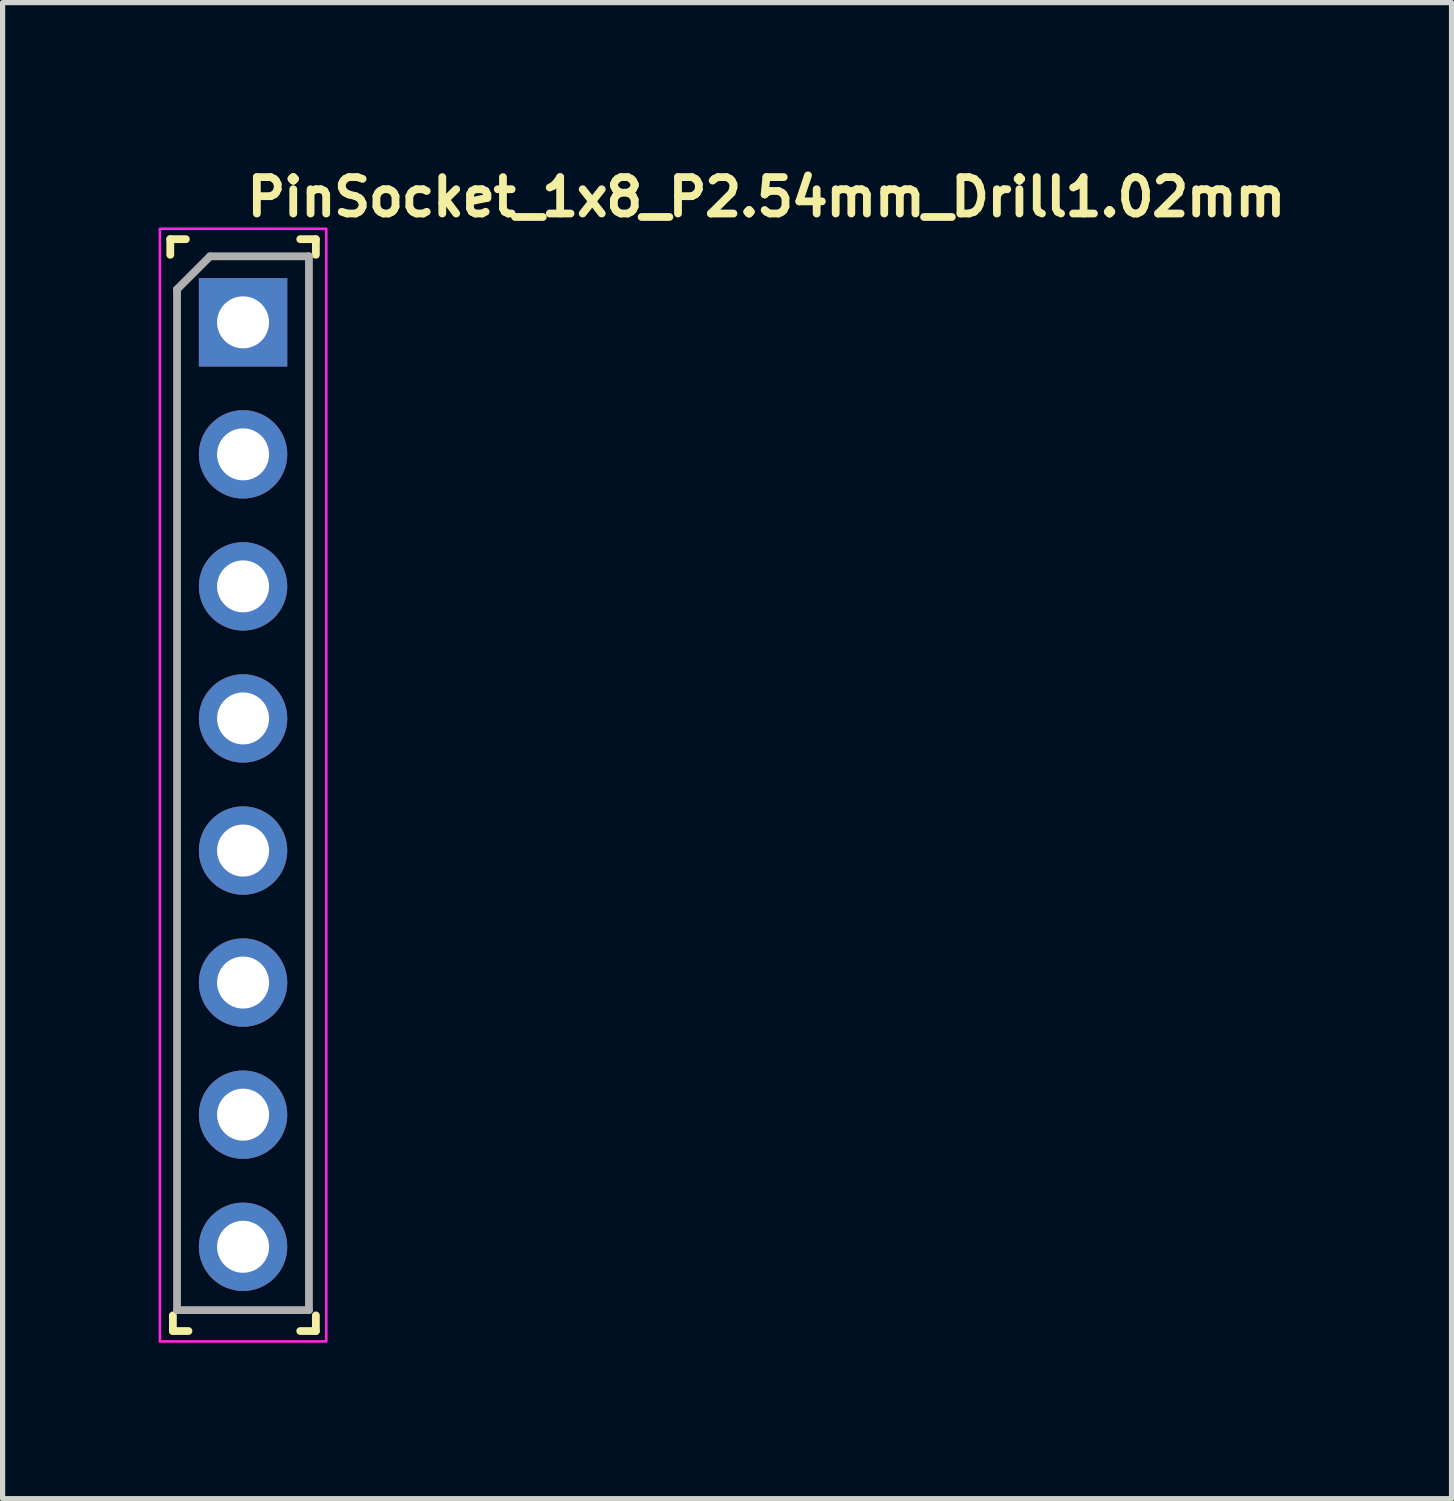
<source format=kicad_pcb>
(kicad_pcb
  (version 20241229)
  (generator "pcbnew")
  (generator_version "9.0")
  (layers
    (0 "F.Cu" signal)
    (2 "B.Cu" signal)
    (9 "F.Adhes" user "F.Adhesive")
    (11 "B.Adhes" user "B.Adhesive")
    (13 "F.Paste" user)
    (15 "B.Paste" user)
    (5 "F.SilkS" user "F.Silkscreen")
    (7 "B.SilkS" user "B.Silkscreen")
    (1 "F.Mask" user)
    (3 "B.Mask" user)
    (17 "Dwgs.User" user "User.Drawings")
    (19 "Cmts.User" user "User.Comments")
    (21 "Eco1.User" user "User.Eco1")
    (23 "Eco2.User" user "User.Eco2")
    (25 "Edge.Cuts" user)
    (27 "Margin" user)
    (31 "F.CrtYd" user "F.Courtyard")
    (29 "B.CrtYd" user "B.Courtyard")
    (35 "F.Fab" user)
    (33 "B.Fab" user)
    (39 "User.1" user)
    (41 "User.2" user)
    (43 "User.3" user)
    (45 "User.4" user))
  (footprint "PinSocket_1x8_P2.54mm_Drill1.02mm"
    (layer "F.Cu")
    (at 1.625 3.15)
    (property "Reference" "PinSocket_1x8_P2.54mm_Drill1.02mm" (at 0 -2 0) (layer "F.SilkS") (effects (font (size 0.7 0.7) (thickness 0.15)) (justify left bottom)))
    (attr through_hole)
    (fp_line (start -1.4 -1.6) (end -1.4 -1.3) (stroke (width 0.15) (type solid)) (layer "F.SilkS"))
    (fp_line (start -1.4 -1.6) (end -1.1 -1.6) (stroke (width 0.15) (type solid)) (layer "F.SilkS"))
    (fp_line (start -1.35 19.4) (end -1.35 19.1) (stroke (width 0.15) (type solid)) (layer "F.SilkS"))
    (fp_line (start -1.35 19.4) (end -1.05 19.4) (stroke (width 0.15) (type solid)) (layer "F.SilkS"))
    (fp_line (start 1.4 -1.6) (end 1.1 -1.6) (stroke (width 0.15) (type solid)) (layer "F.SilkS"))
    (fp_line (start 1.4 -1.6) (end 1.4 -1.3) (stroke (width 0.15) (type solid)) (layer "F.SilkS"))
    (fp_line (start 1.4 19.4) (end 1.1 19.4) (stroke (width 0.15) (type solid)) (layer "F.SilkS"))
    (fp_line (start 1.4 19.4) (end 1.4 19.1) (stroke (width 0.15) (type solid)) (layer "F.SilkS"))
    (fp_rect (start -1.6 -1.8) (end 1.6 19.6) (stroke (width 0.05) (type solid)) (fill no) (layer "F.CrtYd"))
    (fp_line (start -1.27 -0.635) (end -0.635 -1.27) (stroke (width 0.15) (type solid)) (layer "F.Fab"))
    (fp_line (start -1.27 18.998) (end -1.27 -0.635) (stroke (width 0.15) (type solid)) (layer "F.Fab"))
    (fp_line (start -0.635 -1.27) (end 1.267 -1.27) (stroke (width 0.15) (type solid)) (layer "F.Fab"))
    (fp_line (start 1.267 -1.27) (end 1.267 18.998) (stroke (width 0.15) (type solid)) (layer "F.Fab"))
    (fp_line (start 1.267 18.998) (end -1.27 18.998) (stroke (width 0.15) (type solid)) (layer "F.Fab"))
    (fp_rect (start -1.27 -1.524) (end 1.269 19.304) (stroke (width 0.1) (type solid)) (fill no) (layer "User.5"))
    (fp_line (start -1.27 -1.524) (end -1.27 19.304) (stroke (width 0.02) (type solid)) (layer "User.9"))
    (fp_line (start -1.27 19.304) (end 1.269 19.304) (stroke (width 0.02) (type solid)) (layer "User.9"))
    (fp_line (start -0.762 -0.762) (end 0.76 -0.762) (stroke (width 0.02) (type solid)) (layer "User.9"))
    (fp_line (start -0.762 0.76) (end -0.762 -0.762) (stroke (width 0.02) (type solid)) (layer "User.9"))
    (fp_line (start -0.762 0.76) (end -0.381 0.379) (stroke (width 0.02) (type solid)) (layer "User.9"))
    (fp_line (start -0.762 1.777) (end 0.76 1.777) (stroke (width 0.02) (type solid)) (layer "User.9"))
    (fp_line (start -0.762 3.301) (end -0.762 1.777) (stroke (width 0.02) (type solid)) (layer "User.9"))
    (fp_line (start -0.762 3.301) (end -0.381 2.919) (stroke (width 0.02) (type solid)) (layer "User.9"))
    (fp_line (start -0.762 4.317) (end 0.76 4.317) (stroke (width 0.02) (type solid)) (layer "User.9"))
    (fp_line (start -0.762 5.841) (end -0.762 4.317) (stroke (width 0.02) (type solid)) (layer "User.9"))
    (fp_line (start -0.762 5.841) (end -0.381 5.461) (stroke (width 0.02) (type solid)) (layer "User.9"))
    (fp_line (start -0.762 6.857) (end 0.76 6.857) (stroke (width 0.02) (type solid)) (layer "User.9"))
    (fp_line (start -0.762 8.381) (end -0.762 6.857) (stroke (width 0.02) (type solid)) (layer "User.9"))
    (fp_line (start -0.762 8.381) (end -0.381 7.999) (stroke (width 0.02) (type solid)) (layer "User.9"))
    (fp_line (start -0.762 9.397) (end 0.76 9.397) (stroke (width 0.02) (type solid)) (layer "User.9"))
    (fp_line (start -0.762 10.922) (end -0.762 9.397) (stroke (width 0.02) (type solid)) (layer "User.9"))
    (fp_line (start -0.762 10.922) (end -0.381 10.541) (stroke (width 0.02) (type solid)) (layer "User.9"))
    (fp_line (start -0.762 11.938) (end 0.76 11.938) (stroke (width 0.02) (type solid)) (layer "User.9"))
    (fp_line (start -0.762 13.461) (end -0.762 11.938) (stroke (width 0.02) (type solid)) (layer "User.9"))
    (fp_line (start -0.762 13.461) (end -0.381 13.079) (stroke (width 0.02) (type solid)) (layer "User.9"))
    (fp_line (start -0.762 14.477) (end 0.76 14.477) (stroke (width 0.02) (type solid)) (layer "User.9"))
    (fp_line (start -0.762 16.001) (end -0.762 14.477) (stroke (width 0.02) (type solid)) (layer "User.9"))
    (fp_line (start -0.762 16.001) (end -0.381 15.621) (stroke (width 0.02) (type solid)) (layer "User.9"))
    (fp_line (start -0.762 17.018) (end -0.381 17.399) (stroke (width 0.02) (type solid)) (layer "User.9"))
    (fp_line (start -0.762 17.018) (end 0.76 17.018) (stroke (width 0.02) (type solid)) (layer "User.9"))
    (fp_line (start -0.762 18.542) (end -0.762 17.018) (stroke (width 0.02) (type solid)) (layer "User.9"))
    (fp_line (start -0.762 18.542) (end -0.381 18.159) (stroke (width 0.02) (type solid)) (layer "User.9"))
    (fp_line (start -0.381 -0.381) (end -0.762 -0.762) (stroke (width 0.02) (type solid)) (layer "User.9"))
    (fp_line (start -0.381 -0.381) (end -0.381 0.379) (stroke (width 0.02) (type solid)) (layer "User.9"))
    (fp_line (start -0.381 0.379) (end 0.379 0.379) (stroke (width 0.02) (type solid)) (layer "User.9"))
    (fp_line (start -0.381 2.157) (end -0.762 1.777) (stroke (width 0.02) (type solid)) (layer "User.9"))
    (fp_line (start -0.381 2.157) (end -0.381 2.919) (stroke (width 0.02) (type solid)) (layer "User.9"))
    (fp_line (start -0.381 2.919) (end 0.379 2.919) (stroke (width 0.02) (type solid)) (layer "User.9"))
    (fp_line (start -0.381 4.698) (end -0.762 4.317) (stroke (width 0.02) (type solid)) (layer "User.9"))
    (fp_line (start -0.381 4.698) (end -0.381 5.461) (stroke (width 0.02) (type solid)) (layer "User.9"))
    (fp_line (start -0.381 5.461) (end 0.379 5.461) (stroke (width 0.02) (type solid)) (layer "User.9"))
    (fp_line (start -0.381 7.238) (end -0.762 6.857) (stroke (width 0.02) (type solid)) (layer "User.9"))
    (fp_line (start -0.381 7.238) (end -0.381 7.999) (stroke (width 0.02) (type solid)) (layer "User.9"))
    (fp_line (start -0.381 7.999) (end 0.379 7.999) (stroke (width 0.02) (type solid)) (layer "User.9"))
    (fp_line (start -0.381 9.778) (end -0.762 9.397) (stroke (width 0.02) (type solid)) (layer "User.9"))
    (fp_line (start -0.381 9.778) (end -0.381 10.541) (stroke (width 0.02) (type solid)) (layer "User.9"))
    (fp_line (start -0.381 10.541) (end 0.379 10.541) (stroke (width 0.02) (type solid)) (layer "User.9"))
    (fp_line (start -0.381 12.319) (end -0.762 11.938) (stroke (width 0.02) (type solid)) (layer "User.9"))
    (fp_line (start -0.381 12.319) (end -0.381 13.079) (stroke (width 0.02) (type solid)) (layer "User.9"))
    (fp_line (start -0.381 13.079) (end 0.379 13.079) (stroke (width 0.02) (type solid)) (layer "User.9"))
    (fp_line (start -0.381 14.858) (end -0.762 14.477) (stroke (width 0.02) (type solid)) (layer "User.9"))
    (fp_line (start -0.381 14.858) (end -0.381 15.621) (stroke (width 0.02) (type solid)) (layer "User.9"))
    (fp_line (start -0.381 15.621) (end 0.379 15.621) (stroke (width 0.02) (type solid)) (layer "User.9"))
    (fp_line (start -0.381 17.399) (end -0.381 18.159) (stroke (width 0.02) (type solid)) (layer "User.9"))
    (fp_line (start -0.381 18.159) (end 0.379 18.159) (stroke (width 0.02) (type solid)) (layer "User.9"))
    (fp_line (start -0.205 -0.381) (end -0.205 -0.103) (stroke (width 0.02) (type solid)) (layer "User.9"))
    (fp_line (start -0.205 -0.103) (end -0.205 0.101) (stroke (width 0.02) (type solid)) (layer "User.9"))
    (fp_line (start -0.205 0.101) (end -0.205 0.379) (stroke (width 0.02) (type solid)) (layer "User.9"))
    (fp_line (start -0.205 2.157) (end -0.205 2.438) (stroke (width 0.02) (type solid)) (layer "User.9"))
    (fp_line (start -0.205 2.438) (end -0.205 2.64) (stroke (width 0.02) (type solid)) (layer "User.9"))
    (fp_line (start -0.205 2.64) (end -0.205 2.919) (stroke (width 0.02) (type solid)) (layer "User.9"))
    (fp_line (start -0.205 4.698) (end -0.205 4.977) (stroke (width 0.02) (type solid)) (layer "User.9"))
    (fp_line (start -0.205 4.977) (end -0.205 5.18) (stroke (width 0.02) (type solid)) (layer "User.9"))
    (fp_line (start -0.205 5.18) (end -0.205 5.461) (stroke (width 0.02) (type solid)) (layer "User.9"))
    (fp_line (start -0.205 7.238) (end -0.205 7.517) (stroke (width 0.02) (type solid)) (layer "User.9"))
    (fp_line (start -0.205 7.517) (end -0.205 7.72) (stroke (width 0.02) (type solid)) (layer "User.9"))
    (fp_line (start -0.205 7.72) (end -0.205 7.999) (stroke (width 0.02) (type solid)) (layer "User.9"))
    (fp_line (start -0.205 9.778) (end -0.205 10.057) (stroke (width 0.02) (type solid)) (layer "User.9"))
    (fp_line (start -0.205 10.057) (end -0.205 10.261) (stroke (width 0.02) (type solid)) (layer "User.9"))
    (fp_line (start -0.205 10.261) (end -0.205 10.541) (stroke (width 0.02) (type solid)) (layer "User.9"))
    (fp_line (start -0.205 12.319) (end -0.205 12.598) (stroke (width 0.02) (type solid)) (layer "User.9"))
    (fp_line (start -0.205 12.598) (end -0.205 12.8) (stroke (width 0.02) (type solid)) (layer "User.9"))
    (fp_line (start -0.205 12.8) (end -0.205 13.079) (stroke (width 0.02) (type solid)) (layer "User.9"))
    (fp_line (start -0.205 14.858) (end -0.205 15.137) (stroke (width 0.02) (type solid)) (layer "User.9"))
    (fp_line (start -0.205 15.137) (end -0.205 15.341) (stroke (width 0.02) (type solid)) (layer "User.9"))
    (fp_line (start -0.205 15.341) (end -0.205 15.621) (stroke (width 0.02) (type solid)) (layer "User.9"))
    (fp_line (start -0.205 17.399) (end -0.205 17.678) (stroke (width 0.02) (type solid)) (layer "User.9"))
    (fp_line (start -0.205 17.678) (end -0.205 17.88) (stroke (width 0.02) (type solid)) (layer "User.9"))
    (fp_line (start -0.205 17.88) (end -0.205 18.159) (stroke (width 0.02) (type solid)) (layer "User.9"))
    (fp_line (start 0.203 -0.381) (end 0.203 -0.103) (stroke (width 0.02) (type solid)) (layer "User.9"))
    (fp_line (start 0.203 -0.103) (end -0.205 -0.103) (stroke (width 0.02) (type solid)) (layer "User.9"))
    (fp_line (start 0.203 -0.103) (end 0.203 0.101) (stroke (width 0.02) (type solid)) (layer "User.9"))
    (fp_line (start 0.203 0.101) (end -0.205 0.101) (stroke (width 0.02) (type solid)) (layer "User.9"))
    (fp_line (start 0.203 0.101) (end 0.203 0.379) (stroke (width 0.02) (type solid)) (layer "User.9"))
    (fp_line (start 0.203 2.157) (end 0.203 2.438) (stroke (width 0.02) (type solid)) (layer "User.9"))
    (fp_line (start 0.203 2.438) (end -0.205 2.438) (stroke (width 0.02) (type solid)) (layer "User.9"))
    (fp_line (start 0.203 2.438) (end 0.203 2.64) (stroke (width 0.02) (type solid)) (layer "User.9"))
    (fp_line (start 0.203 2.64) (end -0.205 2.64) (stroke (width 0.02) (type solid)) (layer "User.9"))
    (fp_line (start 0.203 2.64) (end 0.203 2.919) (stroke (width 0.02) (type solid)) (layer "User.9"))
    (fp_line (start 0.203 4.698) (end 0.203 4.977) (stroke (width 0.02) (type solid)) (layer "User.9"))
    (fp_line (start 0.203 4.977) (end -0.205 4.977) (stroke (width 0.02) (type solid)) (layer "User.9"))
    (fp_line (start 0.203 4.977) (end 0.203 5.18) (stroke (width 0.02) (type solid)) (layer "User.9"))
    (fp_line (start 0.203 5.18) (end -0.205 5.18) (stroke (width 0.02) (type solid)) (layer "User.9"))
    (fp_line (start 0.203 5.18) (end 0.203 5.461) (stroke (width 0.02) (type solid)) (layer "User.9"))
    (fp_line (start 0.203 7.238) (end 0.203 7.517) (stroke (width 0.02) (type solid)) (layer "User.9"))
    (fp_line (start 0.203 7.517) (end -0.205 7.517) (stroke (width 0.02) (type solid)) (layer "User.9"))
    (fp_line (start 0.203 7.517) (end 0.203 7.72) (stroke (width 0.02) (type solid)) (layer "User.9"))
    (fp_line (start 0.203 7.72) (end -0.205 7.72) (stroke (width 0.02) (type solid)) (layer "User.9"))
    (fp_line (start 0.203 7.72) (end 0.203 7.999) (stroke (width 0.02) (type solid)) (layer "User.9"))
    (fp_line (start 0.203 9.778) (end 0.203 10.057) (stroke (width 0.02) (type solid)) (layer "User.9"))
    (fp_line (start 0.203 10.057) (end -0.205 10.057) (stroke (width 0.02) (type solid)) (layer "User.9"))
    (fp_line (start 0.203 10.057) (end 0.203 10.261) (stroke (width 0.02) (type solid)) (layer "User.9"))
    (fp_line (start 0.203 10.261) (end -0.205 10.261) (stroke (width 0.02) (type solid)) (layer "User.9"))
    (fp_line (start 0.203 10.261) (end 0.203 10.541) (stroke (width 0.02) (type solid)) (layer "User.9"))
    (fp_line (start 0.203 12.319) (end 0.203 12.598) (stroke (width 0.02) (type solid)) (layer "User.9"))
    (fp_line (start 0.203 12.598) (end -0.205 12.598) (stroke (width 0.02) (type solid)) (layer "User.9"))
    (fp_line (start 0.203 12.598) (end 0.203 12.8) (stroke (width 0.02) (type solid)) (layer "User.9"))
    (fp_line (start 0.203 12.8) (end -0.205 12.8) (stroke (width 0.02) (type solid)) (layer "User.9"))
    (fp_line (start 0.203 12.8) (end 0.203 13.079) (stroke (width 0.02) (type solid)) (layer "User.9"))
    (fp_line (start 0.203 14.858) (end 0.203 15.137) (stroke (width 0.02) (type solid)) (layer "User.9"))
    (fp_line (start 0.203 15.137) (end -0.205 15.137) (stroke (width 0.02) (type solid)) (layer "User.9"))
    (fp_line (start 0.203 15.137) (end 0.203 15.341) (stroke (width 0.02) (type solid)) (layer "User.9"))
    (fp_line (start 0.203 15.341) (end -0.205 15.341) (stroke (width 0.02) (type solid)) (layer "User.9"))
    (fp_line (start 0.203 15.341) (end 0.203 15.621) (stroke (width 0.02) (type solid)) (layer "User.9"))
    (fp_line (start 0.203 17.399) (end 0.203 17.678) (stroke (width 0.02) (type solid)) (layer "User.9"))
    (fp_line (start 0.203 17.678) (end -0.205 17.678) (stroke (width 0.02) (type solid)) (layer "User.9"))
    (fp_line (start 0.203 17.678) (end 0.203 17.88) (stroke (width 0.02) (type solid)) (layer "User.9"))
    (fp_line (start 0.203 17.88) (end -0.205 17.88) (stroke (width 0.02) (type solid)) (layer "User.9"))
    (fp_line (start 0.203 17.88) (end 0.203 18.159) (stroke (width 0.02) (type solid)) (layer "User.9"))
    (fp_line (start 0.379 -0.381) (end -0.381 -0.381) (stroke (width 0.02) (type solid)) (layer "User.9"))
    (fp_line (start 0.379 -0.381) (end 0.76 -0.762) (stroke (width 0.02) (type solid)) (layer "User.9"))
    (fp_line (start 0.379 0.379) (end 0.379 -0.381) (stroke (width 0.02) (type solid)) (layer "User.9"))
    (fp_line (start 0.379 2.157) (end -0.381 2.157) (stroke (width 0.02) (type solid)) (layer "User.9"))
    (fp_line (start 0.379 2.157) (end 0.76 1.777) (stroke (width 0.02) (type solid)) (layer "User.9"))
    (fp_line (start 0.379 2.919) (end 0.379 2.157) (stroke (width 0.02) (type solid)) (layer "User.9"))
    (fp_line (start 0.379 4.698) (end -0.381 4.698) (stroke (width 0.02) (type solid)) (layer "User.9"))
    (fp_line (start 0.379 4.698) (end 0.76 4.317) (stroke (width 0.02) (type solid)) (layer "User.9"))
    (fp_line (start 0.379 5.461) (end 0.379 4.698) (stroke (width 0.02) (type solid)) (layer "User.9"))
    (fp_line (start 0.379 7.238) (end -0.381 7.238) (stroke (width 0.02) (type solid)) (layer "User.9"))
    (fp_line (start 0.379 7.238) (end 0.76 6.857) (stroke (width 0.02) (type solid)) (layer "User.9"))
    (fp_line (start 0.379 7.999) (end 0.379 7.238) (stroke (width 0.02) (type solid)) (layer "User.9"))
    (fp_line (start 0.379 9.778) (end -0.381 9.778) (stroke (width 0.02) (type solid)) (layer "User.9"))
    (fp_line (start 0.379 9.778) (end 0.76 9.397) (stroke (width 0.02) (type solid)) (layer "User.9"))
    (fp_line (start 0.379 10.541) (end 0.379 9.778) (stroke (width 0.02) (type solid)) (layer "User.9"))
    (fp_line (start 0.379 12.319) (end -0.381 12.319) (stroke (width 0.02) (type solid)) (layer "User.9"))
    (fp_line (start 0.379 12.319) (end 0.76 11.938) (stroke (width 0.02) (type solid)) (layer "User.9"))
    (fp_line (start 0.379 13.079) (end 0.379 12.319) (stroke (width 0.02) (type solid)) (layer "User.9"))
    (fp_line (start 0.379 14.858) (end -0.381 14.858) (stroke (width 0.02) (type solid)) (layer "User.9"))
    (fp_line (start 0.379 14.858) (end 0.76 14.477) (stroke (width 0.02) (type solid)) (layer "User.9"))
    (fp_line (start 0.379 15.621) (end 0.379 14.858) (stroke (width 0.02) (type solid)) (layer "User.9"))
    (fp_line (start 0.379 17.399) (end -0.381 17.399) (stroke (width 0.02) (type solid)) (layer "User.9"))
    (fp_line (start 0.379 17.399) (end 0.76 17.018) (stroke (width 0.02) (type solid)) (layer "User.9"))
    (fp_line (start 0.379 18.159) (end 0.379 17.399) (stroke (width 0.02) (type solid)) (layer "User.9"))
    (fp_line (start 0.379 18.159) (end 0.76 18.542) (stroke (width 0.02) (type solid)) (layer "User.9"))
    (fp_line (start 0.76 -0.762) (end 0.76 0.76) (stroke (width 0.02) (type solid)) (layer "User.9"))
    (fp_line (start 0.76 0.76) (end -0.762 0.76) (stroke (width 0.02) (type solid)) (layer "User.9"))
    (fp_line (start 0.76 0.76) (end 0.379 0.379) (stroke (width 0.02) (type solid)) (layer "User.9"))
    (fp_line (start 0.76 1.777) (end 0.76 3.301) (stroke (width 0.02) (type solid)) (layer "User.9"))
    (fp_line (start 0.76 3.301) (end -0.762 3.301) (stroke (width 0.02) (type solid)) (layer "User.9"))
    (fp_line (start 0.76 3.301) (end 0.379 2.919) (stroke (width 0.02) (type solid)) (layer "User.9"))
    (fp_line (start 0.76 4.317) (end 0.76 5.841) (stroke (width 0.02) (type solid)) (layer "User.9"))
    (fp_line (start 0.76 5.841) (end -0.762 5.841) (stroke (width 0.02) (type solid)) (layer "User.9"))
    (fp_line (start 0.76 5.841) (end 0.379 5.461) (stroke (width 0.02) (type solid)) (layer "User.9"))
    (fp_line (start 0.76 6.857) (end 0.76 8.381) (stroke (width 0.02) (type solid)) (layer "User.9"))
    (fp_line (start 0.76 8.381) (end -0.762 8.381) (stroke (width 0.02) (type solid)) (layer "User.9"))
    (fp_line (start 0.76 8.381) (end 0.379 7.999) (stroke (width 0.02) (type solid)) (layer "User.9"))
    (fp_line (start 0.76 9.397) (end 0.76 10.922) (stroke (width 0.02) (type solid)) (layer "User.9"))
    (fp_line (start 0.76 10.922) (end -0.762 10.922) (stroke (width 0.02) (type solid)) (layer "User.9"))
    (fp_line (start 0.76 10.922) (end 0.379 10.541) (stroke (width 0.02) (type solid)) (layer "User.9"))
    (fp_line (start 0.76 11.938) (end 0.76 13.461) (stroke (width 0.02) (type solid)) (layer "User.9"))
    (fp_line (start 0.76 13.461) (end -0.762 13.461) (stroke (width 0.02) (type solid)) (layer "User.9"))
    (fp_line (start 0.76 13.461) (end 0.379 13.079) (stroke (width 0.02) (type solid)) (layer "User.9"))
    (fp_line (start 0.76 14.477) (end 0.76 16.001) (stroke (width 0.02) (type solid)) (layer "User.9"))
    (fp_line (start 0.76 16.001) (end -0.762 16.001) (stroke (width 0.02) (type solid)) (layer "User.9"))
    (fp_line (start 0.76 16.001) (end 0.379 15.621) (stroke (width 0.02) (type solid)) (layer "User.9"))
    (fp_line (start 0.76 17.018) (end 0.76 18.542) (stroke (width 0.02) (type solid)) (layer "User.9"))
    (fp_line (start 0.76 18.542) (end -0.762 18.542) (stroke (width 0.02) (type solid)) (layer "User.9"))
    (fp_line (start 1.269 -1.524) (end -1.27 -1.524) (stroke (width 0.02) (type solid)) (layer "User.9"))
    (fp_line (start 1.269 19.304) (end 1.269 -1.524) (stroke (width 0.02) (type solid)) (layer "User.9"))
    (pad "1" thru_hole rect (at 0 0) (size 1.7 1.7) (drill 1) (layers "*.Cu" "*.Mask"))
    (pad "2" thru_hole oval (at 0 2.539) (size 1.7 1.7) (drill 1) (layers "*.Cu" "*.Mask"))
    (pad "3" thru_hole oval (at 0 5.078) (size 1.7 1.7) (drill 1) (layers "*.Cu" "*.Mask"))
    (pad "4" thru_hole oval (at 0 7.618) (size 1.7 1.7) (drill 1) (layers "*.Cu" "*.Mask"))
    (pad "5" thru_hole oval (at 0 10.159) (size 1.7 1.7) (drill 1) (layers "*.Cu" "*.Mask"))
    (pad "6" thru_hole oval (at 0 12.698) (size 1.7 1.7) (drill 1) (layers "*.Cu" "*.Mask"))
    (pad "7" thru_hole oval (at 0 15.239) (size 1.7 1.7) (drill 1) (layers "*.Cu" "*.Mask"))
    (pad "8" thru_hole oval (at 0 17.78) (size 1.7 1.7) (drill 1) (layers "*.Cu" "*.Mask")))
  (gr_rect
    (start -3 -3)
    (end 24.868 25.775)
    (stroke (width 0.1) (type default))
    (fill no)
    (layer "Edge.Cuts")))
</source>
